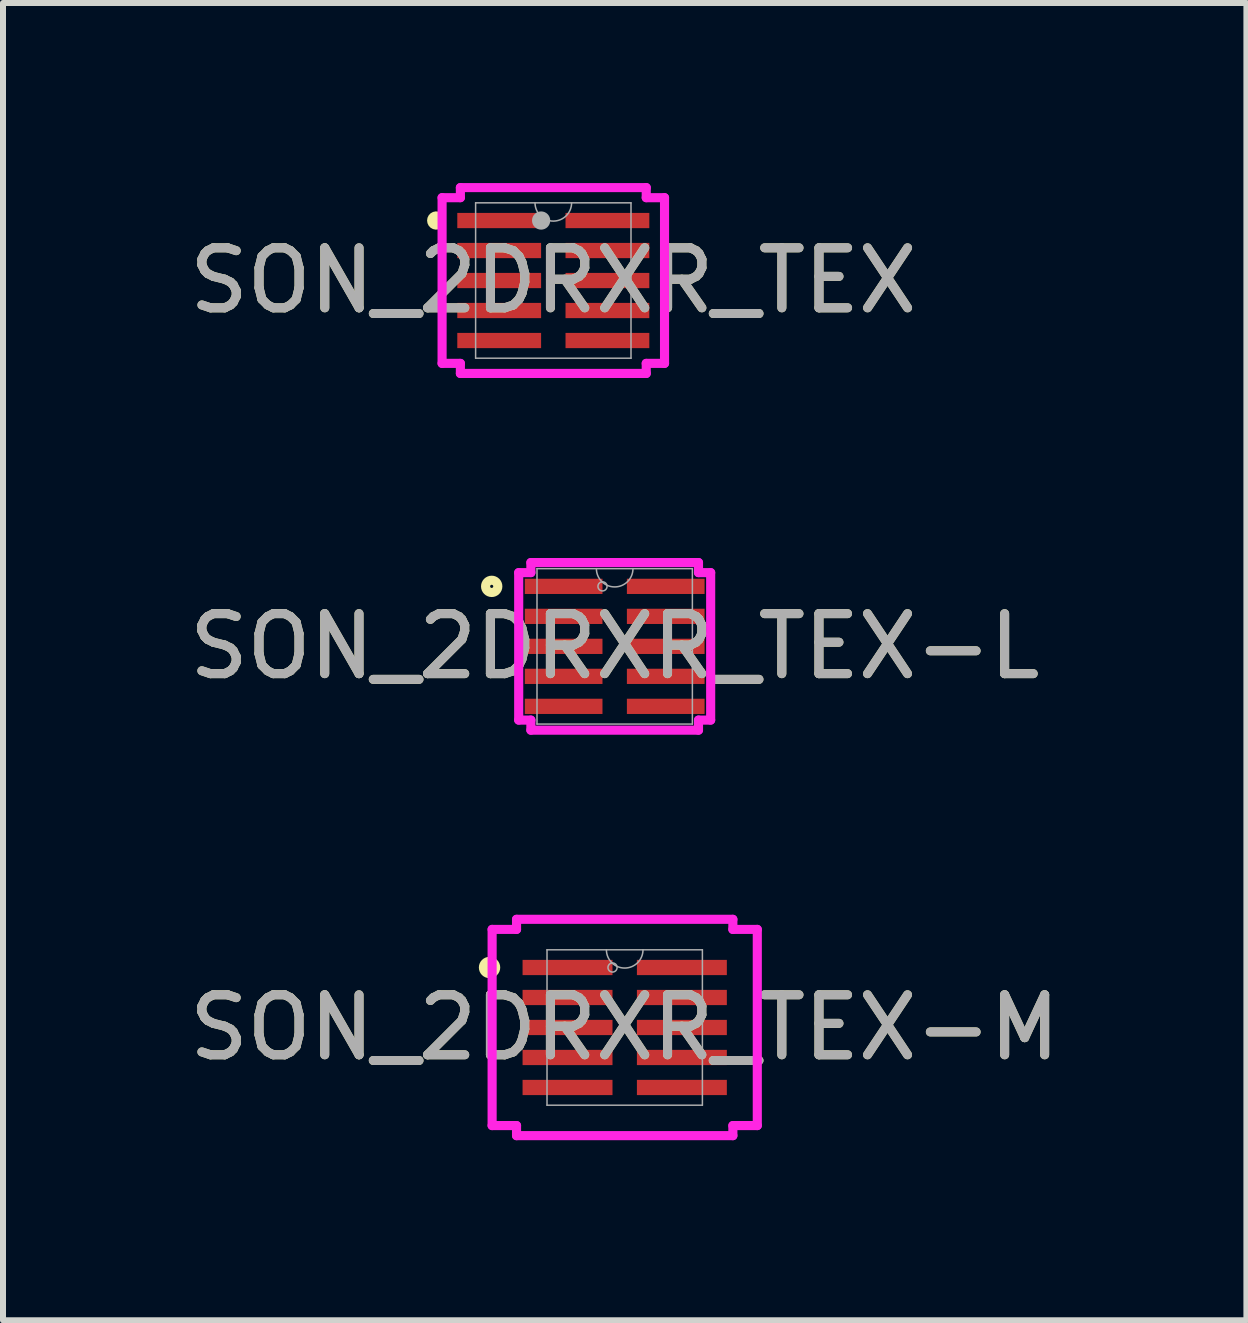
<source format=kicad_pcb>
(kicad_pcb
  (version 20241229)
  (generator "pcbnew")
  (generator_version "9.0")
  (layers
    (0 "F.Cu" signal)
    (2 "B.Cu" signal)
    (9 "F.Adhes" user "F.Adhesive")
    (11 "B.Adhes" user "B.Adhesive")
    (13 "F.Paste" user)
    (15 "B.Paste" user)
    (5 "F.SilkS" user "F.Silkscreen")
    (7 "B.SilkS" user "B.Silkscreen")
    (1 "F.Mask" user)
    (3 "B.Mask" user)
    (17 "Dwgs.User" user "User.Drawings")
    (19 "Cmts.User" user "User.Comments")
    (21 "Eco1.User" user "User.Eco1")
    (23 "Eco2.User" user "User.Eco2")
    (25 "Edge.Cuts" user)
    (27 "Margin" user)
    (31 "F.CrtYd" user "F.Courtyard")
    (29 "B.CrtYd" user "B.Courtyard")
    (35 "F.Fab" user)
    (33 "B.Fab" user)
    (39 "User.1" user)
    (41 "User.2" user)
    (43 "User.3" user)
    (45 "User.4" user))
  (footprint "SON_2DRXR_TEX-L"
    (layer "F.Cu")
    (at 7.196 7.724)
    (property "Reference" "SON_2DRXR_TEX-L" (at 0 0 0) (unlocked yes) (layer "F.SilkS") (effects (font (size 1 1) (thickness 0.15))))
    (attr smd)
    (fp_circle (center -2.05 -1) (end -1.948 -1) (stroke (width 0.152) (type solid)) (fill no) (layer "F.SilkS"))
    (fp_line (start -1.6 -1.229) (end -1.397 -1.229) (stroke (width 0.152) (type solid)) (layer "F.CrtYd"))
    (fp_line (start -1.6 1.229) (end -1.6 -1.229) (stroke (width 0.152) (type solid)) (layer "F.CrtYd"))
    (fp_line (start -1.6 1.229) (end -1.397 1.229) (stroke (width 0.152) (type solid)) (layer "F.CrtYd"))
    (fp_line (start -1.397 -1.397) (end 1.397 -1.397) (stroke (width 0.152) (type solid)) (layer "F.CrtYd"))
    (fp_line (start -1.397 -1.229) (end -1.397 -1.397) (stroke (width 0.152) (type solid)) (layer "F.CrtYd"))
    (fp_line (start -1.397 1.397) (end -1.397 1.229) (stroke (width 0.152) (type solid)) (layer "F.CrtYd"))
    (fp_line (start 1.397 -1.397) (end 1.397 -1.229) (stroke (width 0.152) (type solid)) (layer "F.CrtYd"))
    (fp_line (start 1.397 1.229) (end 1.397 1.397) (stroke (width 0.152) (type solid)) (layer "F.CrtYd"))
    (fp_line (start 1.397 1.397) (end -1.397 1.397) (stroke (width 0.152) (type solid)) (layer "F.CrtYd"))
    (fp_line (start 1.6 -1.229) (end 1.397 -1.229) (stroke (width 0.152) (type solid)) (layer "F.CrtYd"))
    (fp_line (start 1.6 -1.229) (end 1.6 1.229) (stroke (width 0.152) (type solid)) (layer "F.CrtYd"))
    (fp_line (start 1.6 1.229) (end 1.397 1.229) (stroke (width 0.152) (type solid)) (layer "F.CrtYd"))
    (fp_line (start -1.295 -1.295) (end -1.295 1.295) (stroke (width 0.025) (type solid)) (layer "F.Fab"))
    (fp_line (start -1.295 1.295) (end 1.295 1.295) (stroke (width 0.025) (type solid)) (layer "F.Fab"))
    (fp_line (start 1.295 -1.295) (end -1.295 -1.295) (stroke (width 0.025) (type solid)) (layer "F.Fab"))
    (fp_line (start 1.295 1.295) (end 1.295 -1.295) (stroke (width 0.025) (type solid)) (layer "F.Fab"))
    (fp_arc (start 0.3048 -1.2954) (mid 0 -0.9906) (end -0.3048 -1.2954) (stroke (width 0.0254) (type solid)) (layer "F.Fab"))
    (fp_circle (center -0.203 -1) (end -0.127 -1) (stroke (width 0.025) (type solid)) (fill no) (layer "F.Fab"))
    (fp_text user "${REFERENCE}" (at 0 0 0) (unlocked yes) (layer "F.Fab") (effects (font (size 1 1) (thickness 0.15))))
    (pad "1" smd rect (at -0.851 -1) (size 1.295 0.254) (layers "F.Cu" "F.Mask" "F.Paste"))
    (pad "2" smd rect (at -0.851 -0.5) (size 1.295 0.254) (layers "F.Cu" "F.Mask" "F.Paste"))
    (pad "3" smd rect (at -0.851 0) (size 1.295 0.254) (layers "F.Cu" "F.Mask" "F.Paste"))
    (pad "4" smd rect (at -0.851 0.5) (size 1.295 0.254) (layers "F.Cu" "F.Mask" "F.Paste"))
    (pad "5" smd rect (at -0.851 1) (size 1.295 0.254) (layers "F.Cu" "F.Mask" "F.Paste"))
    (pad "6" smd rect (at 0.851 1) (size 1.295 0.254) (layers "F.Cu" "F.Mask" "F.Paste"))
    (pad "7" smd rect (at 0.851 0.5) (size 1.295 0.254) (layers "F.Cu" "F.Mask" "F.Paste"))
    (pad "8" smd rect (at 0.851 0) (size 1.295 0.254) (layers "F.Cu" "F.Mask" "F.Paste"))
    (pad "9" smd rect (at 0.851 -0.5) (size 1.295 0.254) (layers "F.Cu" "F.Mask" "F.Paste"))
    (pad "10" smd rect (at 0.851 -1) (size 1.295 0.254) (layers "F.Cu" "F.Mask" "F.Paste")))
  (footprint "SON_2DRXR_TEX-M"
    (layer "F.Cu")
    (at 7.363 14.077)
    (property "Reference" "SON_2DRXR_TEX-M" (at 0 0 0) (unlocked yes) (layer "F.SilkS") (effects (font (size 1 1) (thickness 0.15))))
    (attr smd)
    (fp_circle (center -2.253 -1) (end -2.151 -1) (stroke (width 0.152) (type solid)) (fill no) (layer "F.SilkS"))
    (fp_line (start -2.21 -1.635) (end -1.803 -1.635) (stroke (width 0.152) (type solid)) (layer "F.CrtYd"))
    (fp_line (start -2.21 1.635) (end -2.21 -1.635) (stroke (width 0.152) (type solid)) (layer "F.CrtYd"))
    (fp_line (start -2.21 1.635) (end -1.803 1.635) (stroke (width 0.152) (type solid)) (layer "F.CrtYd"))
    (fp_line (start -1.803 -1.803) (end 1.803 -1.803) (stroke (width 0.152) (type solid)) (layer "F.CrtYd"))
    (fp_line (start -1.803 -1.635) (end -1.803 -1.803) (stroke (width 0.152) (type solid)) (layer "F.CrtYd"))
    (fp_line (start -1.803 1.803) (end -1.803 1.635) (stroke (width 0.152) (type solid)) (layer "F.CrtYd"))
    (fp_line (start 1.803 -1.803) (end 1.803 -1.635) (stroke (width 0.152) (type solid)) (layer "F.CrtYd"))
    (fp_line (start 1.803 1.635) (end 1.803 1.803) (stroke (width 0.152) (type solid)) (layer "F.CrtYd"))
    (fp_line (start 1.803 1.803) (end -1.803 1.803) (stroke (width 0.152) (type solid)) (layer "F.CrtYd"))
    (fp_line (start 2.21 -1.635) (end 1.803 -1.635) (stroke (width 0.152) (type solid)) (layer "F.CrtYd"))
    (fp_line (start 2.21 -1.635) (end 2.21 1.635) (stroke (width 0.152) (type solid)) (layer "F.CrtYd"))
    (fp_line (start 2.21 1.635) (end 1.803 1.635) (stroke (width 0.152) (type solid)) (layer "F.CrtYd"))
    (fp_line (start -1.295 -1.295) (end -1.295 1.295) (stroke (width 0.025) (type solid)) (layer "F.Fab"))
    (fp_line (start -1.295 1.295) (end 1.295 1.295) (stroke (width 0.025) (type solid)) (layer "F.Fab"))
    (fp_line (start 1.295 -1.295) (end -1.295 -1.295) (stroke (width 0.025) (type solid)) (layer "F.Fab"))
    (fp_line (start 1.295 1.295) (end 1.295 -1.295) (stroke (width 0.025) (type solid)) (layer "F.Fab"))
    (fp_arc (start 0.3048 -1.2954) (mid 0 -0.9906) (end -0.3048 -1.2954) (stroke (width 0.0254) (type solid)) (layer "F.Fab"))
    (fp_circle (center -0.203 -1) (end -0.127 -1) (stroke (width 0.025) (type solid)) (fill no) (layer "F.Fab"))
    (fp_text user "${REFERENCE}" (at 0 0 0) (unlocked yes) (layer "F.Fab") (effects (font (size 1 1) (thickness 0.15))))
    (pad "1" smd rect (at -0.953 -1) (size 1.499 0.254) (layers "F.Cu" "F.Mask" "F.Paste"))
    (pad "2" smd rect (at -0.953 -0.5) (size 1.499 0.254) (layers "F.Cu" "F.Mask" "F.Paste"))
    (pad "3" smd rect (at -0.953 0) (size 1.499 0.254) (layers "F.Cu" "F.Mask" "F.Paste"))
    (pad "4" smd rect (at -0.953 0.5) (size 1.499 0.254) (layers "F.Cu" "F.Mask" "F.Paste"))
    (pad "5" smd rect (at -0.953 1) (size 1.499 0.254) (layers "F.Cu" "F.Mask" "F.Paste"))
    (pad "6" smd rect (at 0.953 1) (size 1.499 0.254) (layers "F.Cu" "F.Mask" "F.Paste"))
    (pad "7" smd rect (at 0.953 0.5) (size 1.499 0.254) (layers "F.Cu" "F.Mask" "F.Paste"))
    (pad "8" smd rect (at 0.953 0) (size 1.499 0.254) (layers "F.Cu" "F.Mask" "F.Paste"))
    (pad "9" smd rect (at 0.953 -0.5) (size 1.499 0.254) (layers "F.Cu" "F.Mask" "F.Paste"))
    (pad "10" smd rect (at 0.953 -1) (size 1.499 0.254) (layers "F.Cu" "F.Mask" "F.Paste")))
  (footprint "SON_2DRXR_TEX"
    (layer "F.Cu")
    (at 6.173 1.626)
    (property "Reference" "SON_2DRXR_TEX" (at 0 0 0) (unlocked yes) (layer "F.SilkS") (effects (font (size 1 1) (thickness 0.15))))
    (attr smd)
    (fp_arc (start -1.93294 -0.926439) (mid -2.028063 -1.000252) (end -1.93294 -1.074065) (stroke (width 0.1524) (type solid)) (layer "F.SilkS"))
    (fp_line (start -1.854 -1.381) (end -1.549 -1.381) (stroke (width 0.152) (type solid)) (layer "F.CrtYd"))
    (fp_line (start -1.854 1.381) (end -1.854 -1.381) (stroke (width 0.152) (type solid)) (layer "F.CrtYd"))
    (fp_line (start -1.854 1.381) (end -1.549 1.381) (stroke (width 0.152) (type solid)) (layer "F.CrtYd"))
    (fp_line (start -1.549 -1.549) (end 1.549 -1.549) (stroke (width 0.152) (type solid)) (layer "F.CrtYd"))
    (fp_line (start -1.549 -1.381) (end -1.549 -1.549) (stroke (width 0.152) (type solid)) (layer "F.CrtYd"))
    (fp_line (start -1.549 1.549) (end -1.549 1.381) (stroke (width 0.152) (type solid)) (layer "F.CrtYd"))
    (fp_line (start 1.549 -1.549) (end 1.549 -1.381) (stroke (width 0.152) (type solid)) (layer "F.CrtYd"))
    (fp_line (start 1.549 1.381) (end 1.549 1.549) (stroke (width 0.152) (type solid)) (layer "F.CrtYd"))
    (fp_line (start 1.549 1.549) (end -1.549 1.549) (stroke (width 0.152) (type solid)) (layer "F.CrtYd"))
    (fp_line (start 1.854 -1.381) (end 1.549 -1.381) (stroke (width 0.152) (type solid)) (layer "F.CrtYd"))
    (fp_line (start 1.854 -1.381) (end 1.854 1.381) (stroke (width 0.152) (type solid)) (layer "F.CrtYd"))
    (fp_line (start 1.854 1.381) (end 1.549 1.381) (stroke (width 0.152) (type solid)) (layer "F.CrtYd"))
    (fp_line (start -1.295 -1.295) (end -1.295 1.295) (stroke (width 0.025) (type solid)) (layer "F.Fab"))
    (fp_line (start -1.295 1.295) (end 1.295 1.295) (stroke (width 0.025) (type solid)) (layer "F.Fab"))
    (fp_line (start 1.295 -1.295) (end -1.295 -1.295) (stroke (width 0.025) (type solid)) (layer "F.Fab"))
    (fp_line (start 1.295 1.295) (end 1.295 -1.295) (stroke (width 0.025) (type solid)) (layer "F.Fab"))
    (fp_arc (start 0.3048 -1.2954) (mid 0 -0.9906) (end -0.3048 -1.2954) (stroke (width 0.0254) (type solid)) (layer "F.Fab"))
    (fp_circle (center -0.203 -1) (end -0.127 -1) (stroke (width 0.152) (type solid)) (fill no) (layer "F.Fab"))
    (fp_text user "${REFERENCE}" (at 0 0 0) (unlocked yes) (layer "F.Fab") (effects (font (size 1 1) (thickness 0.15))))
    (pad "1" smd rect (at -0.902 -1) (size 1.397 0.254) (layers "F.Cu" "F.Mask" "F.Paste"))
    (pad "2" smd rect (at -0.902 -0.5) (size 1.397 0.254) (layers "F.Cu" "F.Mask" "F.Paste"))
    (pad "3" smd rect (at -0.902 0) (size 1.397 0.254) (layers "F.Cu" "F.Mask" "F.Paste"))
    (pad "4" smd rect (at -0.902 0.5) (size 1.397 0.254) (layers "F.Cu" "F.Mask" "F.Paste"))
    (pad "5" smd rect (at -0.902 1) (size 1.397 0.254) (layers "F.Cu" "F.Mask" "F.Paste"))
    (pad "6" smd rect (at 0.902 1) (size 1.397 0.254) (layers "F.Cu" "F.Mask" "F.Paste"))
    (pad "7" smd rect (at 0.902 0.5) (size 1.397 0.254) (layers "F.Cu" "F.Mask" "F.Paste"))
    (pad "8" smd rect (at 0.902 0) (size 1.397 0.254) (layers "F.Cu" "F.Mask" "F.Paste"))
    (pad "9" smd rect (at 0.902 -0.5) (size 1.397 0.254) (layers "F.Cu" "F.Mask" "F.Paste"))
    (pad "10" smd rect (at 0.902 -1) (size 1.397 0.254) (layers "F.Cu" "F.Mask" "F.Paste")))
  (gr_rect
    (start -3 -3)
    (end 17.726 18.957)
    (stroke (width 0.1) (type default))
    (fill no)
    (layer "Edge.Cuts")))
</source>
